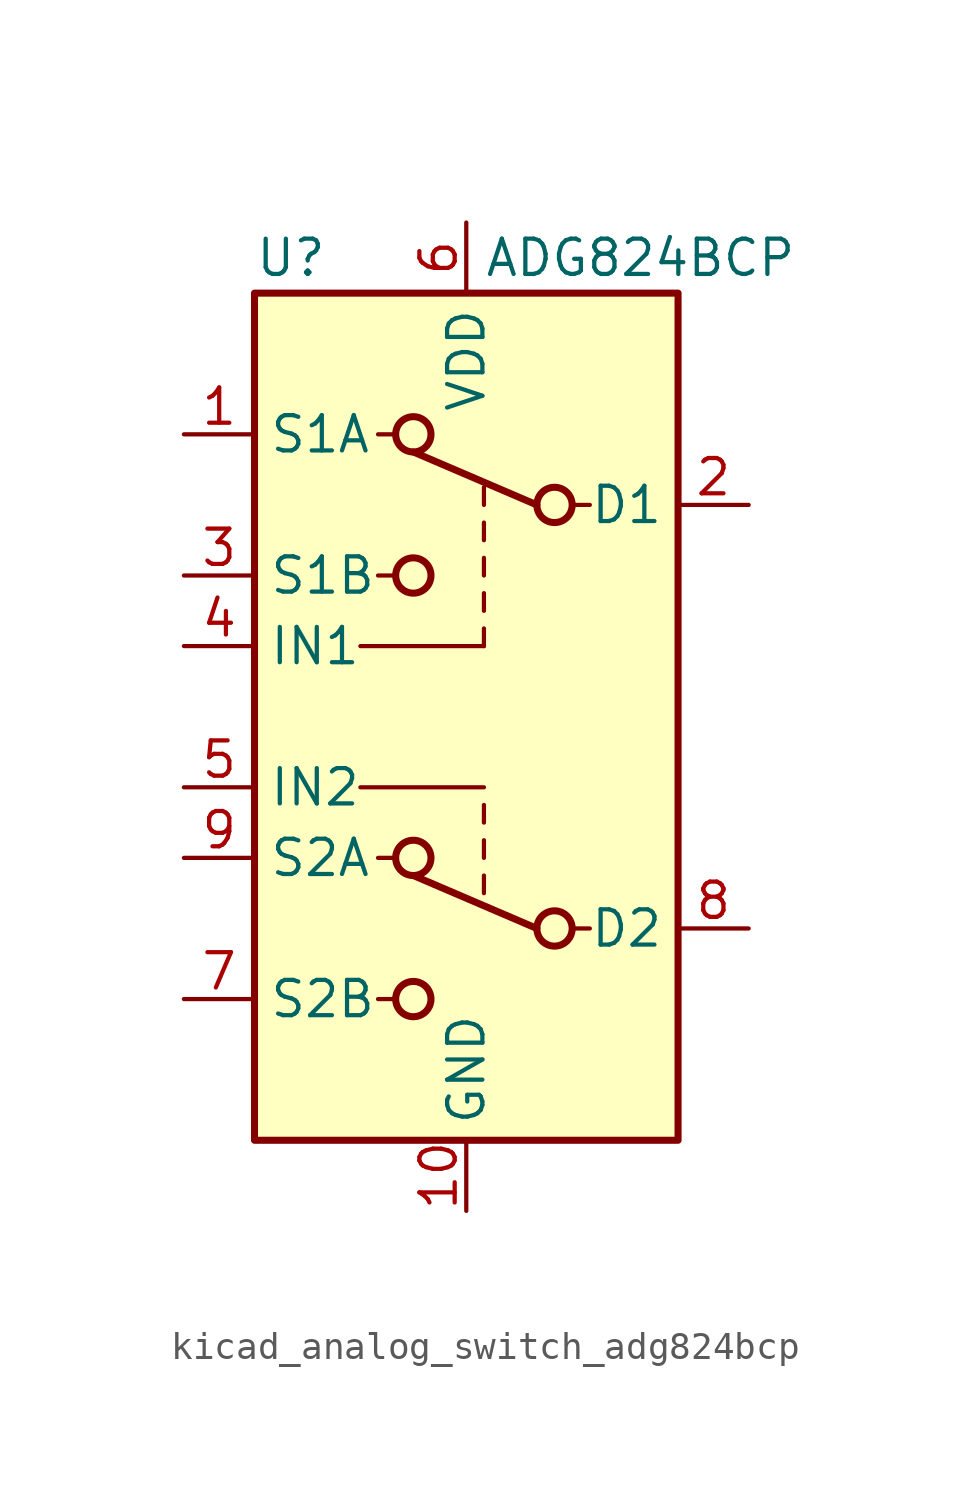
<source format=kicad_sym>
(kicad_symbol_lib
  (version 20220914)
  (generator kicad_symbol_editor)
  (symbol "kicad_analog_switch_adg824bcp"
    (property "Reference" "U"
      (at -7.62 16.51 0)
      (effects (font (size 1.27 1.27)) (justify left)))
    (property "Value" "ADG824BCP"
      (at 0.635 16.51 0)
      (effects (font (size 1.27 1.27)) (justify left)))
    (symbol "kicad_analog_switch_adg824bcp_0_1"
      (rectangle (start -7.62 15.24) (end 7.62 -15.24) (stroke (width 0.254) (type default)) (fill (type background)))
      (circle (center -1.905 -10.16) (radius 0.635) (stroke (width 0.254) (type default)) (fill (type none)))
      (circle (center -1.905 -5.08) (radius 0.635) (stroke (width 0.254) (type default)) (fill (type none)))
      (circle (center -1.905 5.08) (radius 0.635) (stroke (width 0.254) (type default)) (fill (type none)))
      (circle (center -1.905 10.16) (radius 0.635) (stroke (width 0.254) (type default)) (fill (type none)))
      (polyline (pts (xy -3.81 -2.54) (xy 0.635 -2.54)) (stroke (width 0) (type default)) (fill (type none)))
      (polyline (pts (xy -3.81 2.54) (xy 0.635 2.54)) (stroke (width 0) (type default)) (fill (type none)))
      (polyline (pts (xy -3.175 -10.16) (xy -2.54 -10.16)) (stroke (width 0) (type default)) (fill (type none)))
      (polyline (pts (xy -3.175 -5.08) (xy -2.54 -5.08)) (stroke (width 0) (type default)) (fill (type none)))
      (polyline (pts (xy -3.175 5.08) (xy -2.54 5.08)) (stroke (width 0) (type default)) (fill (type none)))
      (polyline (pts (xy -3.175 10.16) (xy -2.54 10.16)) (stroke (width 0) (type default)) (fill (type none)))
      (polyline (pts (xy -1.905 9.525) (xy 2.54 7.62)) (stroke (width 0.254) (type default)) (fill (type none)))
      (polyline (pts (xy 0.635 -5.715) (xy 0.635 -6.35)) (stroke (width 0) (type default)) (fill (type none)))
      (polyline (pts (xy 0.635 -4.445) (xy 0.635 -5.08)) (stroke (width 0) (type default)) (fill (type none)))
      (polyline (pts (xy 0.635 -3.175) (xy 0.635 -3.81)) (stroke (width 0) (type default)) (fill (type none)))
      (polyline (pts (xy 0.635 3.175) (xy 0.635 2.54)) (stroke (width 0) (type default)) (fill (type none)))
      (polyline (pts (xy 0.635 4.445) (xy 0.635 3.81)) (stroke (width 0) (type default)) (fill (type none)))
      (polyline (pts (xy 0.635 5.715) (xy 0.635 5.08)) (stroke (width 0) (type default)) (fill (type none)))
      (polyline (pts (xy 0.635 6.985) (xy 0.635 6.35)) (stroke (width 0) (type default)) (fill (type none)))
      (polyline (pts (xy 0.635 8.255) (xy 0.635 7.62)) (stroke (width 0) (type default)) (fill (type none)))
      (polyline (pts (xy 2.54 -7.62) (xy -1.905 -5.715)) (stroke (width 0.254) (type default)) (fill (type none)))
      (polyline (pts (xy 4.445 -7.62) (xy 3.81 -7.62)) (stroke (width 0) (type default)) (fill (type none)))
      (polyline (pts (xy 4.445 7.62) (xy 3.81 7.62)) (stroke (width 0) (type default)) (fill (type none)))
      (circle (center 3.175 -7.62) (radius 0.635) (stroke (width 0.254) (type default)) (fill (type none)))
      (circle (center 3.175 7.62) (radius 0.635) (stroke (width 0.254) (type default)) (fill (type none))))
    (symbol "kicad_analog_switch_adg824bcp_1_1"
      (pin bidirectional line (at -10.16 10.16 0) (length 2.54) (name "S1A" (effects (font (size 1.27 1.27)))) (number "1" (effects (font (size 1.27 1.27)))))
      (pin power_in line (at 0 -17.78 90) (length 2.54) (name "GND" (effects (font (size 1.27 1.27)))) (number "10" (effects (font (size 1.27 1.27)))))
      (pin bidirectional line (at 10.16 7.62 180) (length 2.54) (name "D1" (effects (font (size 1.27 1.27)))) (number "2" (effects (font (size 1.27 1.27)))))
      (pin bidirectional line (at -10.16 5.08 0) (length 2.54) (name "S1B" (effects (font (size 1.27 1.27)))) (number "3" (effects (font (size 1.27 1.27)))))
      (pin input line (at -10.16 2.54 0) (length 2.54) (name "IN1" (effects (font (size 1.27 1.27)))) (number "4" (effects (font (size 1.27 1.27)))))
      (pin input line (at -10.16 -2.54 0) (length 2.54) (name "IN2" (effects (font (size 1.27 1.27)))) (number "5" (effects (font (size 1.27 1.27)))))
      (pin power_in line (at 0 17.78 270) (length 2.54) (name "VDD" (effects (font (size 1.27 1.27)))) (number "6" (effects (font (size 1.27 1.27)))))
      (pin bidirectional line (at -10.16 -10.16 0) (length 2.54) (name "S2B" (effects (font (size 1.27 1.27)))) (number "7" (effects (font (size 1.27 1.27)))))
      (pin bidirectional line (at 10.16 -7.62 180) (length 2.54) (name "D2" (effects (font (size 1.27 1.27)))) (number "8" (effects (font (size 1.27 1.27)))))
      (pin bidirectional line (at -10.16 -5.08 0) (length 2.54) (name "S2A" (effects (font (size 1.27 1.27)))) (number "9" (effects (font (size 1.27 1.27))))))))
</source>
